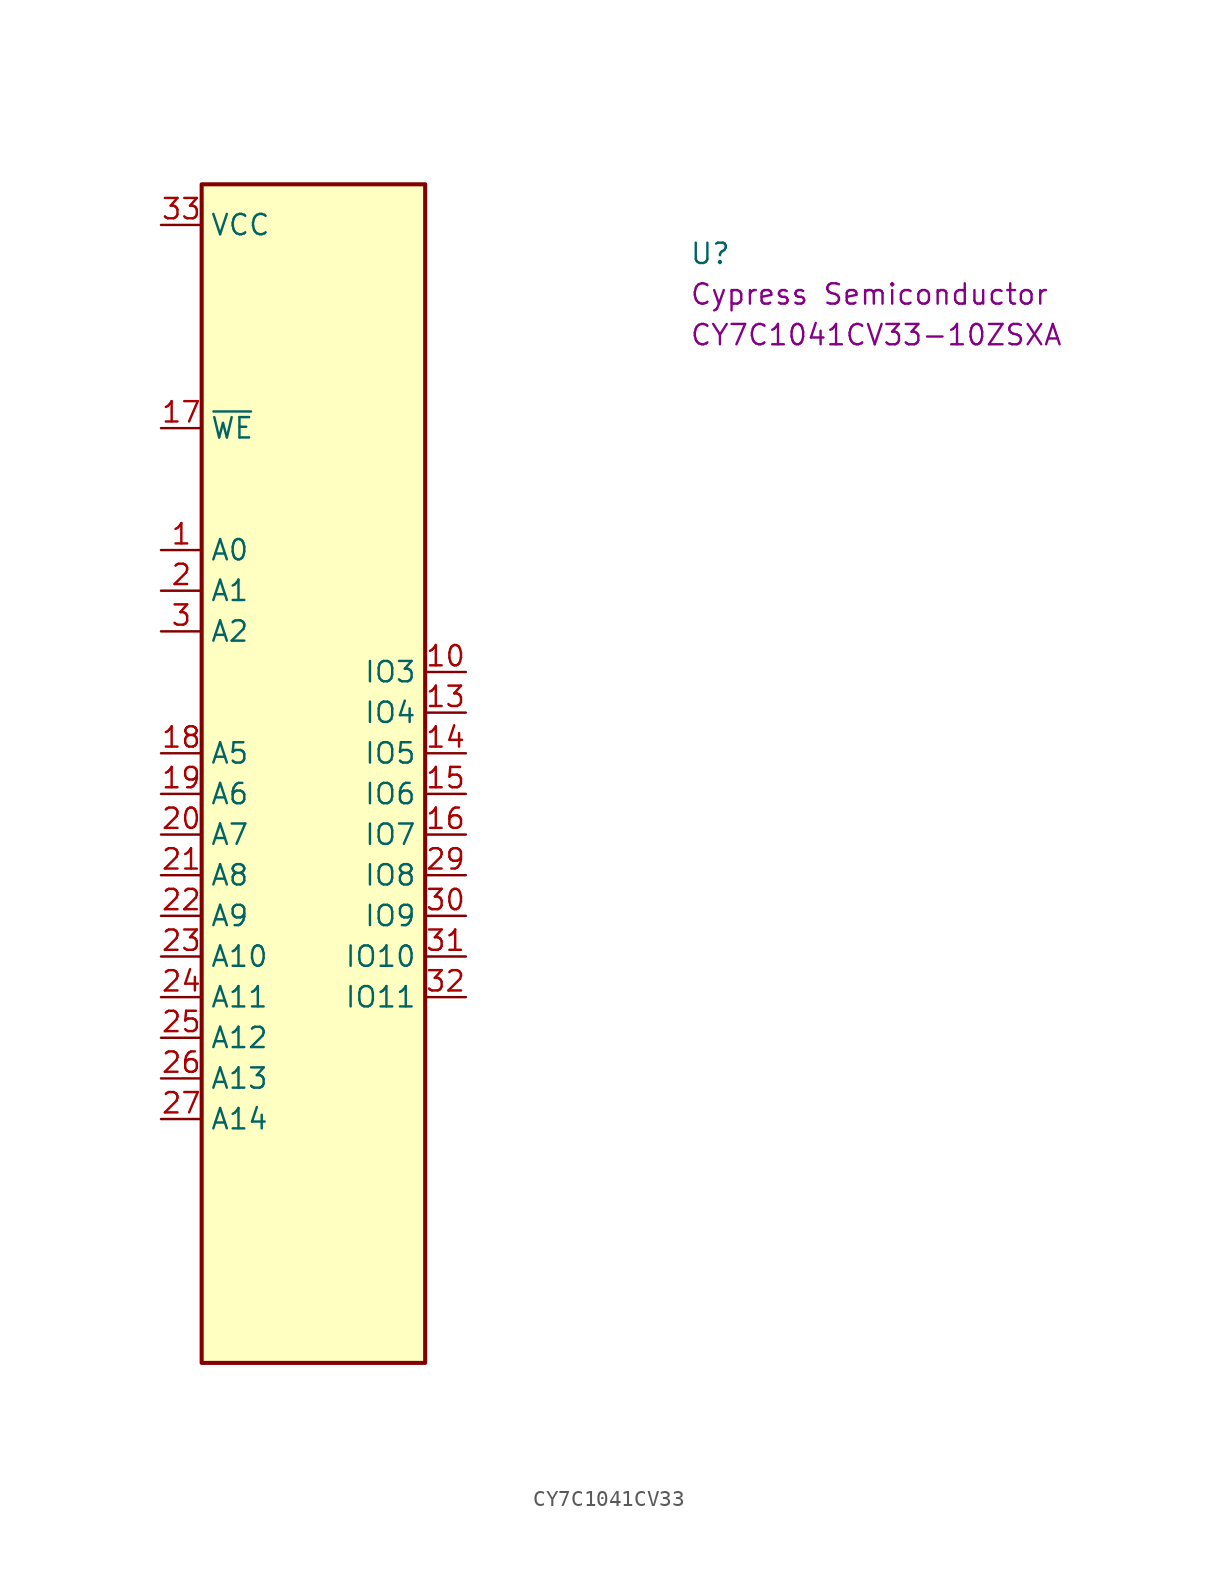
<source format=kicad_sym>
(kicad_symbol_lib
  (version 20220914)
  (generator kicad_symbol_editor)
  (symbol "CY7C1041CV33"
    (property "Reference" "U"
      (at 33.02 -2.54 0)
      (effects (font (size 1.27 1.27) (thickness 0.15)) (justify left bottom)))
    (property "Manufacturer" "Cypress Semiconductor"
      (at 33.02 -5.08 0)
      (effects (font (size 1.27 1.27) (thickness 0.15)) (justify left bottom)))
    (property "MPN" "CY7C1041CV33-10ZSXA"
      (at 33.02 -7.62 0)
      (effects (font (size 1.27 1.27) (thickness 0.15)) (justify left bottom)))
    (symbol "CY7C1041CV33_1_1"
      (rectangle (start 2.54 2.54) (end 16.51 -71.12) (stroke (width 0.254) (type default)) (fill (type background)))
      (pin unspecified line (at 0 -20.32 0) (length 2.54) (name "A0" (effects (font (size 1.27 1.27)))) (number "1" (effects (font (size 1.27 1.27)))))
      (pin unspecified line (at 19.05 -27.94 180) (length 2.54) (name "IO3" (effects (font (size 1.27 1.27)))) (number "10" (effects (font (size 1.27 1.27)))))
      (pin passive line (at 0 0 0) (length 2.54) hide (name "VCC" (effects (font (size 1.27 1.27)))) (number "11" (effects (font (size 1.27 1.27)))))
      (pin passive line (at 0 -68.58 0) (length 2.54) hide (name "VSS" (effects (font (size 1.27 1.27)))) (number "12" (effects (font (size 1.27 1.27)))))
      (pin unspecified line (at 19.05 -30.48 180) (length 2.54) (name "IO4" (effects (font (size 1.27 1.27)))) (number "13" (effects (font (size 1.27 1.27)))))
      (pin unspecified line (at 19.05 -33.02 180) (length 2.54) (name "IO5" (effects (font (size 1.27 1.27)))) (number "14" (effects (font (size 1.27 1.27)))))
      (pin unspecified line (at 19.05 -35.56 180) (length 2.54) (name "IO6" (effects (font (size 1.27 1.27)))) (number "15" (effects (font (size 1.27 1.27)))))
      (pin unspecified line (at 19.05 -38.1 180) (length 2.54) (name "IO7" (effects (font (size 1.27 1.27)))) (number "16" (effects (font (size 1.27 1.27)))))
      (pin unspecified line (at 0 -12.7 0) (length 2.54) (name "~{WE}" (effects (font (size 1.27 1.27)))) (number "17" (effects (font (size 1.27 1.27)))))
      (pin unspecified line (at 0 -33.02 0) (length 2.54) (name "A5" (effects (font (size 1.27 1.27)))) (number "18" (effects (font (size 1.27 1.27)))))
      (pin unspecified line (at 0 -35.56 0) (length 2.54) (name "A6" (effects (font (size 1.27 1.27)))) (number "19" (effects (font (size 1.27 1.27)))))
      (pin unspecified line (at 0 -22.86 0) (length 2.54) (name "A1" (effects (font (size 1.27 1.27)))) (number "2" (effects (font (size 1.27 1.27)))))
      (pin unspecified line (at 0 -38.1 0) (length 2.54) (name "A7" (effects (font (size 1.27 1.27)))) (number "20" (effects (font (size 1.27 1.27)))))
      (pin unspecified line (at 0 -40.64 0) (length 2.54) (name "A8" (effects (font (size 1.27 1.27)))) (number "21" (effects (font (size 1.27 1.27)))))
      (pin unspecified line (at 0 -43.18 0) (length 2.54) (name "A9" (effects (font (size 1.27 1.27)))) (number "22" (effects (font (size 1.27 1.27)))))
      (pin unspecified line (at 0 -45.72 0) (length 2.54) (name "A10" (effects (font (size 1.27 1.27)))) (number "23" (effects (font (size 1.27 1.27)))))
      (pin unspecified line (at 0 -48.26 0) (length 2.54) (name "A11" (effects (font (size 1.27 1.27)))) (number "24" (effects (font (size 1.27 1.27)))))
      (pin unspecified line (at 0 -50.8 0) (length 2.54) (name "A12" (effects (font (size 1.27 1.27)))) (number "25" (effects (font (size 1.27 1.27)))))
      (pin unspecified line (at 0 -53.34 0) (length 2.54) (name "A13" (effects (font (size 1.27 1.27)))) (number "26" (effects (font (size 1.27 1.27)))))
      (pin unspecified line (at 0 -55.88 0) (length 2.54) (name "A14" (effects (font (size 1.27 1.27)))) (number "27" (effects (font (size 1.27 1.27)))))
      (pin no_connect line (at 16.51 0 180) (length 2.54) hide (name "NC" (effects (font (size 1.27 1.27)))) (number "28" (effects (font (size 1.27 1.27)))))
      (pin unspecified line (at 19.05 -40.64 180) (length 2.54) (name "IO8" (effects (font (size 1.27 1.27)))) (number "29" (effects (font (size 1.27 1.27)))))
      (pin unspecified line (at 0 -25.4 0) (length 2.54) (name "A2" (effects (font (size 1.27 1.27)))) (number "3" (effects (font (size 1.27 1.27)))))
      (pin unspecified line (at 19.05 -43.18 180) (length 2.54) (name "IO9" (effects (font (size 1.27 1.27)))) (number "30" (effects (font (size 1.27 1.27)))))
      (pin unspecified line (at 19.05 -45.72 180) (length 2.54) (name "IO10" (effects (font (size 1.27 1.27)))) (number "31" (effects (font (size 1.27 1.27)))))
      (pin unspecified line (at 19.05 -48.26 180) (length 2.54) (name "IO11" (effects (font (size 1.27 1.27)))) (number "32" (effects (font (size 1.27 1.27)))))
      (pin passive line (at 0 0 0) (length 2.54) (name "VCC" (effects (font (size 1.27 1.27)))) (number "33" (effects (font (size 1.27 1.27))))))))
</source>
